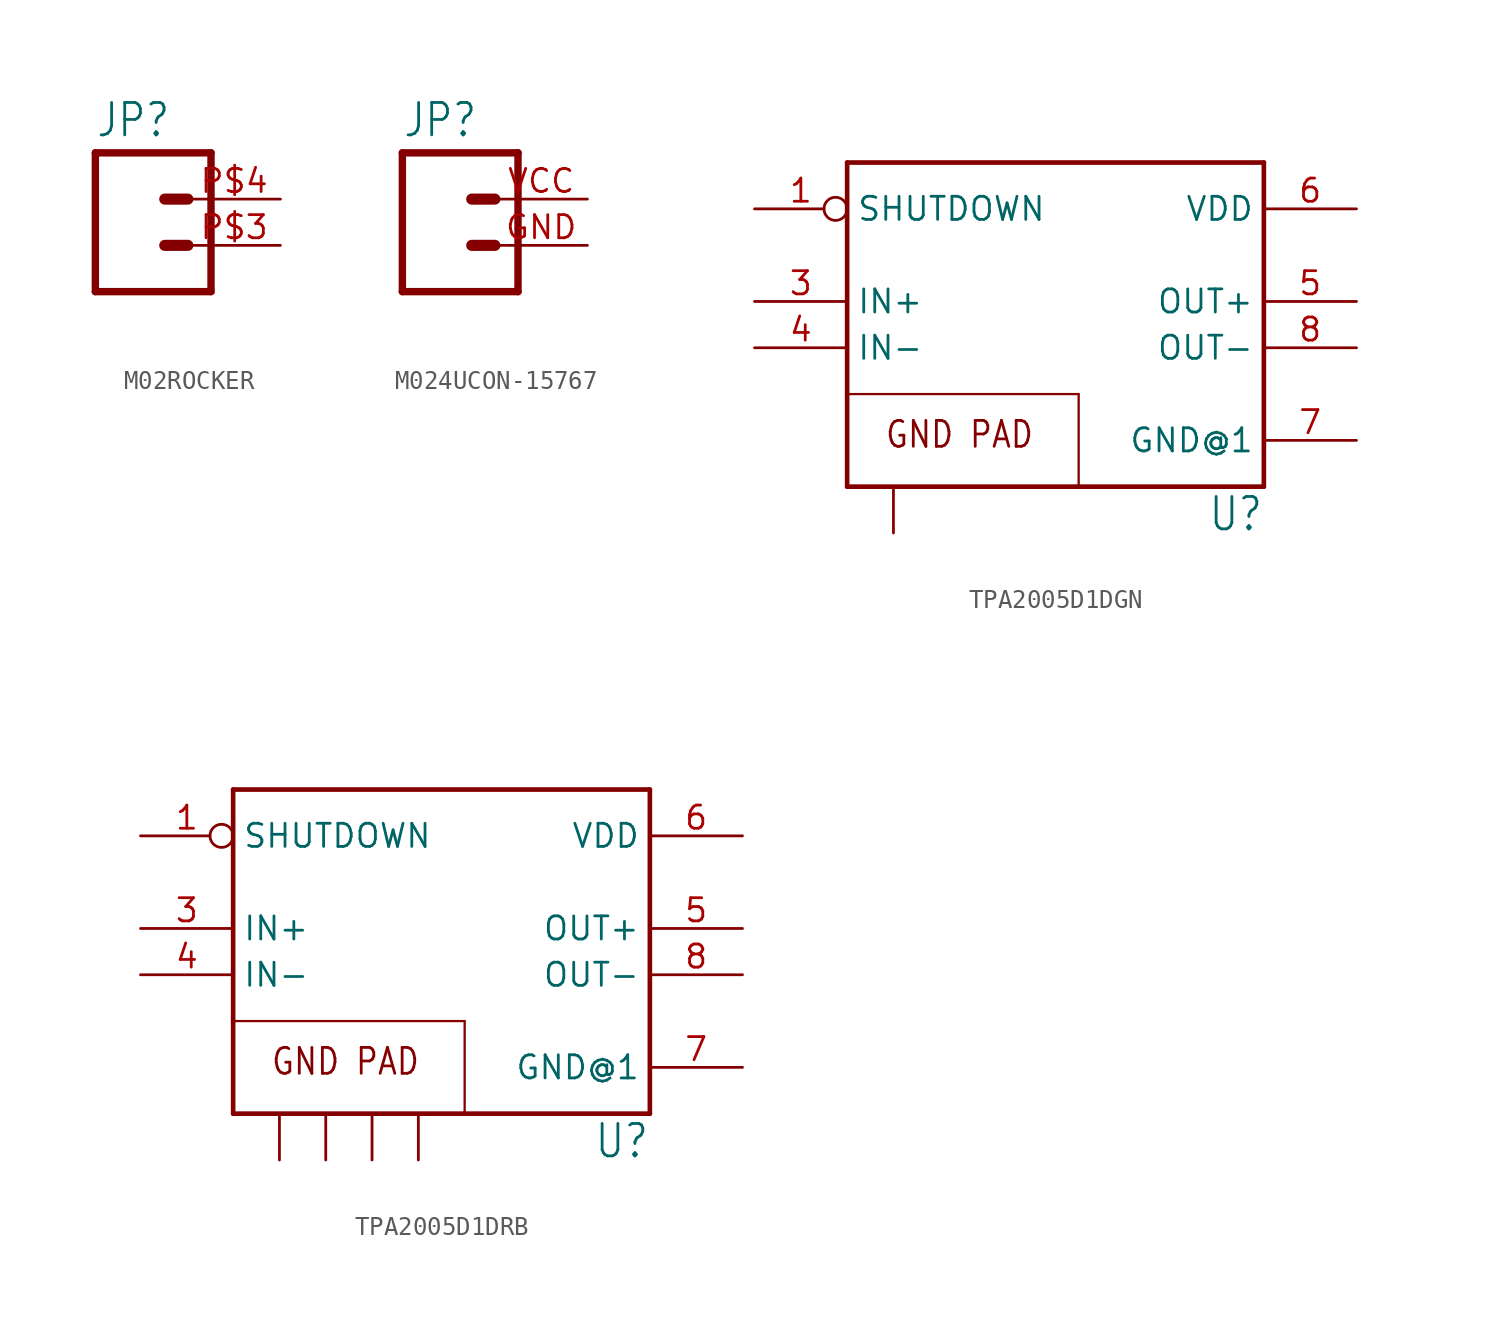
<source format=kicad_sym>
(kicad_symbol_lib
  (version 20231120)
  (generator "kicad_symbol_editor")
  (generator_version "8.0")
  (symbol "M02ROCKER"
    (property "Reference" "JP"
      (at -2.54 5.842 0)
      (effects (font (size 1.778 1.511)) (justify left bottom)))
    (property "Value" ""
      (at -2.54 -5.08 0)
      (effects (font (size 1.778 1.511)) (justify left bottom)))
    (property "ki_locked" ""
      (at 0 0 0)
      (effects (font (size 1.27 1.27))))
    (symbol "M02ROCKER_1_0"
      (polyline (pts (xy -2.54 5.08) (xy -2.54 -2.54)) (stroke (width 0.406) (type solid)) (fill (type none)))
      (polyline (pts (xy -2.54 5.08) (xy 3.81 5.08)) (stroke (width 0.406) (type solid)) (fill (type none)))
      (polyline (pts (xy 1.27 0) (xy 2.54 0)) (stroke (width 0.61) (type solid)) (fill (type none)))
      (polyline (pts (xy 1.27 2.54) (xy 2.54 2.54)) (stroke (width 0.61) (type solid)) (fill (type none)))
      (polyline (pts (xy 3.81 -2.54) (xy -2.54 -2.54)) (stroke (width 0.406) (type solid)) (fill (type none)))
      (polyline (pts (xy 3.81 -2.54) (xy 3.81 5.08)) (stroke (width 0.406) (type solid)) (fill (type none)))
      (pin passive line (at 7.62 0 180) (length 5.08) (name "1" (effects (font (size 0 0)))) (number "P$3" (effects (font (size 1.27 1.27)))))
      (pin passive line (at 7.62 2.54 180) (length 5.08) (name "2" (effects (font (size 0 0)))) (number "P$4" (effects (font (size 1.27 1.27)))))))
  (symbol "M024UCON-15767"
    (property "Reference" "JP"
      (at -2.54 5.842 0)
      (effects (font (size 1.778 1.511)) (justify left bottom)))
    (property "Value" ""
      (at -2.54 -5.08 0)
      (effects (font (size 1.778 1.511)) (justify left bottom)))
    (property "ki_locked" ""
      (at 0 0 0)
      (effects (font (size 1.27 1.27))))
    (symbol "M024UCON-15767_1_0"
      (polyline (pts (xy -2.54 5.08) (xy -2.54 -2.54)) (stroke (width 0.406) (type solid)) (fill (type none)))
      (polyline (pts (xy -2.54 5.08) (xy 3.81 5.08)) (stroke (width 0.406) (type solid)) (fill (type none)))
      (polyline (pts (xy 1.27 0) (xy 2.54 0)) (stroke (width 0.61) (type solid)) (fill (type none)))
      (polyline (pts (xy 1.27 2.54) (xy 2.54 2.54)) (stroke (width 0.61) (type solid)) (fill (type none)))
      (polyline (pts (xy 3.81 -2.54) (xy -2.54 -2.54)) (stroke (width 0.406) (type solid)) (fill (type none)))
      (polyline (pts (xy 3.81 -2.54) (xy 3.81 5.08)) (stroke (width 0.406) (type solid)) (fill (type none)))
      (pin passive line (at 7.62 0 180) (length 5.08) (name "1" (effects (font (size 0 0)))) (number "GND" (effects (font (size 1.27 1.27)))))
      (pin passive line (at 7.62 2.54 180) (length 5.08) (name "2" (effects (font (size 0 0)))) (number "VCC" (effects (font (size 1.27 1.27)))))))
  (symbol "TPA2005D1DGN"
    (property "Reference" "U"
      (at 12.7 -12.7 0)
      (effects (font (size 1.778 1.511)) (justify right bottom)))
    (property "Value" ""
      (at -10.16 10.16 0)
      (effects (font (size 1.778 1.511)) (justify left top)))
    (property "ki_locked" ""
      (at 0 0 0)
      (effects (font (size 1.27 1.27))))
    (symbol "TPA2005D1DGN_1_0"
      (polyline (pts (xy -10.16 -10.16) (xy 2.54 -10.16)) (stroke (width 0.254) (type solid)) (fill (type none)))
      (polyline (pts (xy -10.16 -5.08) (xy -10.16 -10.16)) (stroke (width 0.254) (type solid)) (fill (type none)))
      (polyline (pts (xy -10.16 -5.08) (xy 2.54 -5.08)) (stroke (width 0.127) (type solid)) (fill (type none)))
      (polyline (pts (xy -10.16 7.62) (xy -10.16 -5.08)) (stroke (width 0.254) (type solid)) (fill (type none)))
      (polyline (pts (xy 2.54 -10.16) (xy 12.7 -10.16)) (stroke (width 0.254) (type solid)) (fill (type none)))
      (polyline (pts (xy 2.54 -5.08) (xy 2.54 -10.16)) (stroke (width 0.127) (type solid)) (fill (type none)))
      (polyline (pts (xy 12.7 -10.16) (xy 12.7 7.62)) (stroke (width 0.254) (type solid)) (fill (type none)))
      (polyline (pts (xy 12.7 7.62) (xy -10.16 7.62)) (stroke (width 0.254) (type solid)) (fill (type none)))
      (text "GND PAD" (at -8.128 -8.128 0) (effects (font (size 1.422 1.209)) (justify left bottom)))
      (pin input inverted (at -15.24 5.08 0) (length 5.08) (name "SHUTDOWN" (effects (font (size 1.27 1.27)))) (number "1" (effects (font (size 1.27 1.27)))))
      (pin bidirectional line (at -15.24 0 0) (length 5.08) (name "IN+" (effects (font (size 1.27 1.27)))) (number "3" (effects (font (size 1.27 1.27)))))
      (pin bidirectional line (at -15.24 -2.54 0) (length 5.08) (name "IN-" (effects (font (size 1.27 1.27)))) (number "4" (effects (font (size 1.27 1.27)))))
      (pin bidirectional line (at 17.78 0 180) (length 5.08) (name "OUT+" (effects (font (size 1.27 1.27)))) (number "5" (effects (font (size 1.27 1.27)))))
      (pin power_in line (at 17.78 5.08 180) (length 5.08) (name "VDD" (effects (font (size 1.27 1.27)))) (number "6" (effects (font (size 1.27 1.27)))))
      (pin power_in line (at 17.78 -7.62 180) (length 5.08) (name "GND@1" (effects (font (size 1.27 1.27)))) (number "7" (effects (font (size 1.27 1.27)))))
      (pin bidirectional line (at 17.78 -2.54 180) (length 5.08) (name "OUT-" (effects (font (size 1.27 1.27)))) (number "8" (effects (font (size 1.27 1.27)))))
      (pin power_in line (at -7.62 -12.7 90) (length 2.54) (name "GND@2" (effects (font (size 0 0)))) (number "9" (effects (font (size 0 0)))))))
  (symbol "TPA2005D1DRB"
    (property "Reference" "U"
      (at 12.7 -12.7 0)
      (effects (font (size 1.778 1.511)) (justify right bottom)))
    (property "Value" ""
      (at -10.16 10.16 0)
      (effects (font (size 1.778 1.511)) (justify left top)))
    (property "ki_locked" ""
      (at 0 0 0)
      (effects (font (size 1.27 1.27))))
    (symbol "TPA2005D1DRB_1_0"
      (polyline (pts (xy -10.16 -10.16) (xy 2.54 -10.16)) (stroke (width 0.254) (type solid)) (fill (type none)))
      (polyline (pts (xy -10.16 -5.08) (xy -10.16 -10.16)) (stroke (width 0.254) (type solid)) (fill (type none)))
      (polyline (pts (xy -10.16 -5.08) (xy 2.54 -5.08)) (stroke (width 0.127) (type solid)) (fill (type none)))
      (polyline (pts (xy -10.16 7.62) (xy -10.16 -5.08)) (stroke (width 0.254) (type solid)) (fill (type none)))
      (polyline (pts (xy 2.54 -10.16) (xy 12.7 -10.16)) (stroke (width 0.254) (type solid)) (fill (type none)))
      (polyline (pts (xy 2.54 -5.08) (xy 2.54 -10.16)) (stroke (width 0.127) (type solid)) (fill (type none)))
      (polyline (pts (xy 12.7 -10.16) (xy 12.7 7.62)) (stroke (width 0.254) (type solid)) (fill (type none)))
      (polyline (pts (xy 12.7 7.62) (xy -10.16 7.62)) (stroke (width 0.254) (type solid)) (fill (type none)))
      (text "GND PAD" (at -8.128 -8.128 0) (effects (font (size 1.422 1.209)) (justify left bottom)))
      (pin input inverted (at -15.24 5.08 0) (length 5.08) (name "SHUTDOWN" (effects (font (size 1.27 1.27)))) (number "1" (effects (font (size 1.27 1.27)))))
      (pin power_in line (at -7.62 -12.7 90) (length 2.54) (name "GND@2" (effects (font (size 0 0)))) (number "10" (effects (font (size 0 0)))))
      (pin power_in line (at -5.08 -12.7 90) (length 2.54) (name "GND@3" (effects (font (size 0 0)))) (number "11" (effects (font (size 0 0)))))
      (pin bidirectional line (at -2.54 -12.7 90) (length 2.54) (name "GND@4" (effects (font (size 0 0)))) (number "12" (effects (font (size 0 0)))))
      (pin bidirectional line (at 0 -12.7 90) (length 2.54) (name "GND@5" (effects (font (size 0 0)))) (number "13" (effects (font (size 0 0)))))
      (pin bidirectional line (at -15.24 0 0) (length 5.08) (name "IN+" (effects (font (size 1.27 1.27)))) (number "3" (effects (font (size 1.27 1.27)))))
      (pin bidirectional line (at -15.24 -2.54 0) (length 5.08) (name "IN-" (effects (font (size 1.27 1.27)))) (number "4" (effects (font (size 1.27 1.27)))))
      (pin bidirectional line (at 17.78 0 180) (length 5.08) (name "OUT+" (effects (font (size 1.27 1.27)))) (number "5" (effects (font (size 1.27 1.27)))))
      (pin power_in line (at 17.78 5.08 180) (length 5.08) (name "VDD" (effects (font (size 1.27 1.27)))) (number "6" (effects (font (size 1.27 1.27)))))
      (pin power_in line (at 17.78 -7.62 180) (length 5.08) (name "GND@1" (effects (font (size 1.27 1.27)))) (number "7" (effects (font (size 1.27 1.27)))))
      (pin bidirectional line (at 17.78 -2.54 180) (length 5.08) (name "OUT-" (effects (font (size 1.27 1.27)))) (number "8" (effects (font (size 1.27 1.27))))))))
</source>
